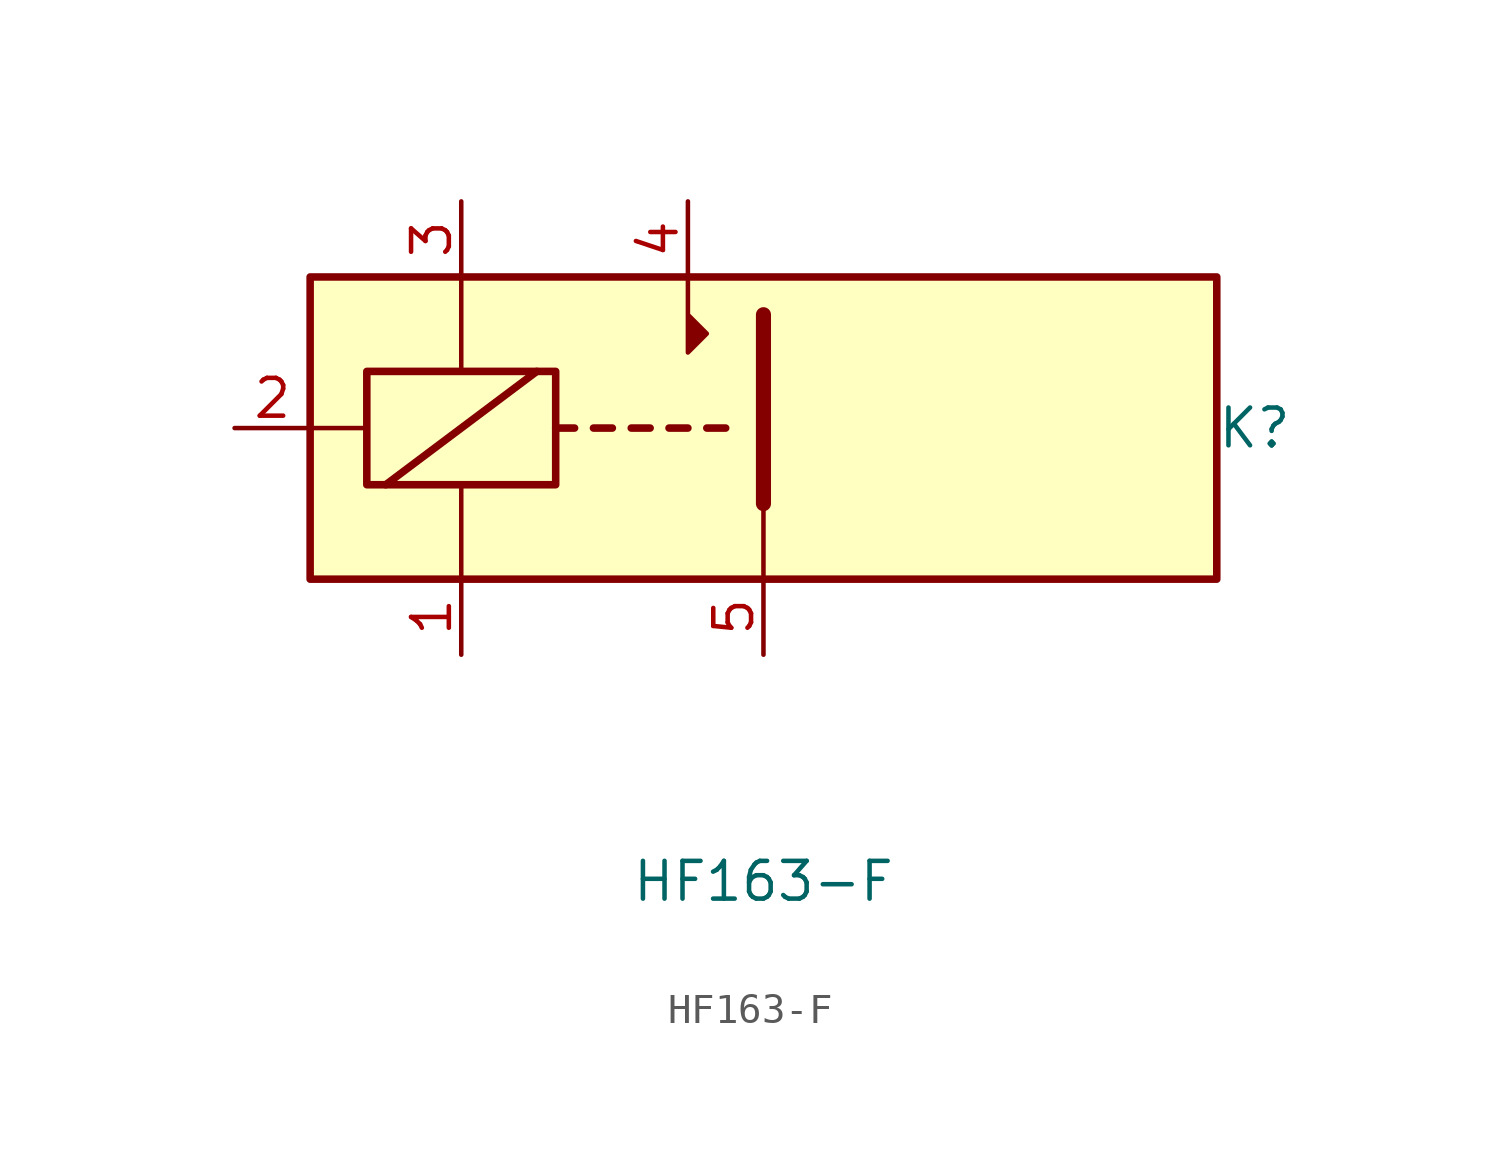
<source format=kicad_sym>
(kicad_symbol_lib
  (version 20211014)
  (generator kicad_symbol_editor)
  (symbol "HF163-F"
    (property "Reference" "K"
      (at 16.51 0 0)
      (effects (font (size 1.27 1.27))))
    (property "Value" "HF163-F"
      (at 0 -15.24 0)
      (effects (font (size 1.27 1.27))))
    (symbol "HF163-F_0_0"
      (polyline (pts (xy -7.62 1.905) (xy -12.7 -1.905)) (stroke (width 0.254) (type default) (color 0 0 0 0)) (fill (type none))))
    (symbol "HF163-F_0_1"
      (rectangle (start -15.24 0) (end -13.335 0) (stroke (width 0) (type default) (color 0 0 0 0)) (fill (type none)))
      (rectangle (start -15.24 5.08) (end 15.24 -5.08) (stroke (width 0.254) (type default) (color 0 0 0 0)) (fill (type background)))
      (rectangle (start -13.335 1.905) (end -6.985 -1.905) (stroke (width 0.254) (type default) (color 0 0 0 0)) (fill (type none)))
      (polyline (pts (xy -10.16 -5.08) (xy -10.16 -1.905)) (stroke (width 0) (type default) (color 0 0 0 0)) (fill (type none)))
      (polyline (pts (xy -10.16 5.08) (xy -10.16 1.905)) (stroke (width 0) (type default) (color 0 0 0 0)) (fill (type none)))
      (polyline (pts (xy -6.985 0) (xy -6.35 0)) (stroke (width 0.254) (type default) (color 0 0 0 0)) (fill (type none)))
      (polyline (pts (xy -5.715 0) (xy -5.08 0)) (stroke (width 0.254) (type default) (color 0 0 0 0)) (fill (type none)))
      (polyline (pts (xy -4.445 0) (xy -3.81 0)) (stroke (width 0.254) (type default) (color 0 0 0 0)) (fill (type none)))
      (polyline (pts (xy -3.175 0) (xy -2.54 0)) (stroke (width 0.254) (type default) (color 0 0 0 0)) (fill (type none)))
      (polyline (pts (xy -1.905 0) (xy -1.27 0)) (stroke (width 0.254) (type default) (color 0 0 0 0)) (fill (type none)))
      (polyline (pts (xy 0 -2.54) (xy 0 -5.08)) (stroke (width 0) (type default) (color 0 0 0 0)) (fill (type none)))
      (polyline (pts (xy 0 -2.54) (xy 0 3.81)) (stroke (width 0.508) (type default) (color 0 0 0 0)) (fill (type none)))
      (polyline (pts (xy -2.54 5.08) (xy -2.54 2.54) (xy -1.905 3.175) (xy -2.54 3.81)) (stroke (width 0) (type default) (color 0 0 0 0)) (fill (type outline))))
    (symbol "HF163-F_1_1"
      (pin passive line (at -10.16 -7.62 90) (length 2.54) (name "~" (effects (font (size 1.27 1.27)))) (number "1" (effects (font (size 1.27 1.27)))))
      (pin passive line (at -17.78 0 0) (length 2.54) (name "~" (effects (font (size 1.27 1.27)))) (number "2" (effects (font (size 1.27 1.27)))))
      (pin passive line (at -10.16 7.62 270) (length 2.54) (name "~" (effects (font (size 1.27 1.27)))) (number "3" (effects (font (size 1.27 1.27)))))
      (pin passive line (at -2.54 7.62 270) (length 2.54) (name "~" (effects (font (size 1.27 1.27)))) (number "4" (effects (font (size 1.27 1.27)))))
      (pin passive line (at 0 -7.62 90) (length 2.54) (name "~" (effects (font (size 1.27 1.27)))) (number "5" (effects (font (size 1.27 1.27))))))))
</source>
